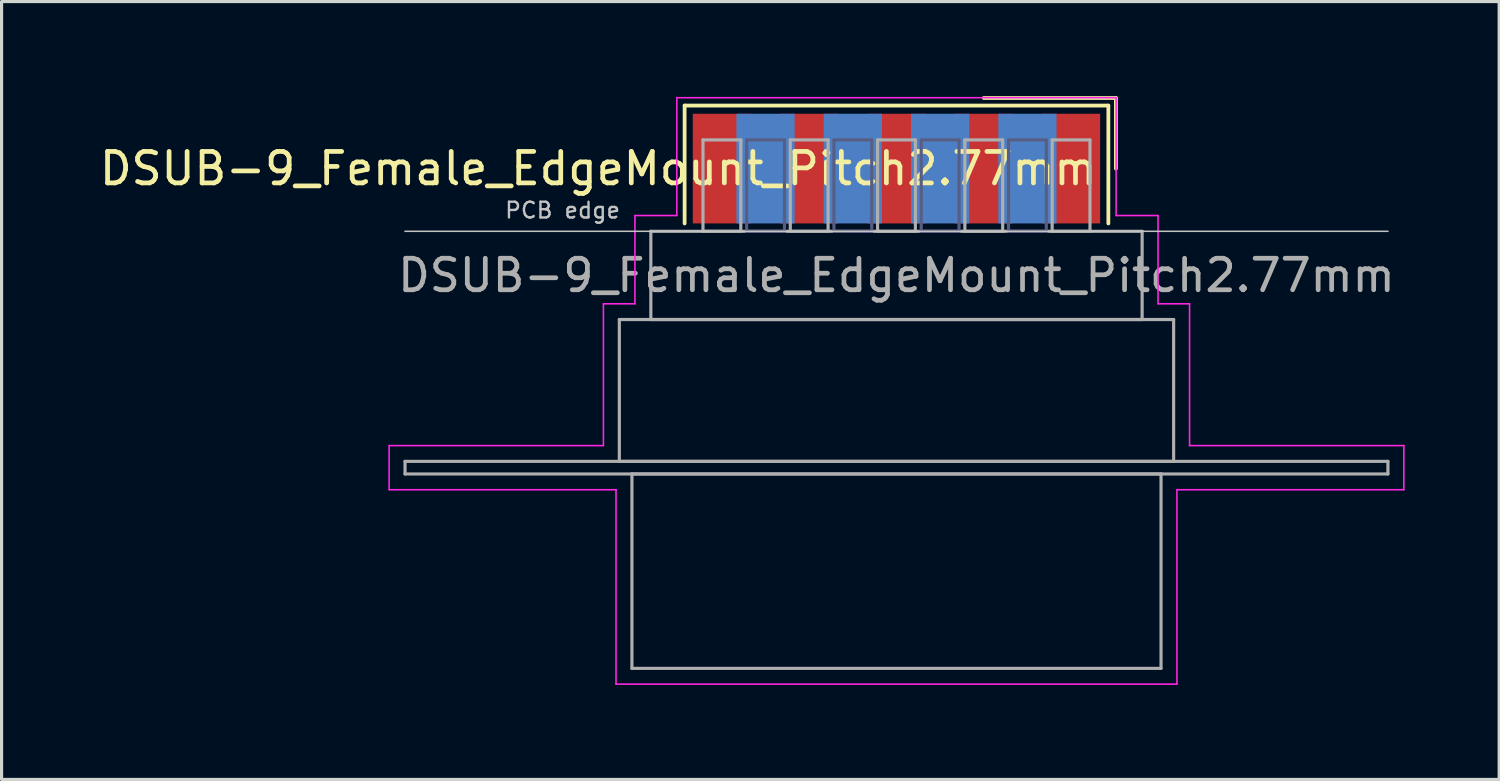
<source format=kicad_pcb>
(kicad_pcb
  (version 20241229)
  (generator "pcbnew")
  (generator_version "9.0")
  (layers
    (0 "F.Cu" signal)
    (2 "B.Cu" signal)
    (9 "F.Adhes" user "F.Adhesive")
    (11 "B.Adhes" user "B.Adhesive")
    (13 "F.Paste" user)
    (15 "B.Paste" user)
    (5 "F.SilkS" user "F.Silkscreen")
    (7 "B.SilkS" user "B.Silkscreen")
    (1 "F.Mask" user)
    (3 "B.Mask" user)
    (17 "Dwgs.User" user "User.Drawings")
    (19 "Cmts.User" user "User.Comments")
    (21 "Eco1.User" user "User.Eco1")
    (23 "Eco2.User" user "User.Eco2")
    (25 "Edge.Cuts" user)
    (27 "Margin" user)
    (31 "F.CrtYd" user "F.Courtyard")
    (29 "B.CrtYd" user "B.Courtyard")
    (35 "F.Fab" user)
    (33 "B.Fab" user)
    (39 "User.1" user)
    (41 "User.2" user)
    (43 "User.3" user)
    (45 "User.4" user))
  (footprint "DSUB-9_Female_EdgeMount_Pitch2.77mm"
    (layer "F.Cu")
    (at 25.398 2.3)
    (property "Reference" "DSUB-9_Female_EdgeMount_Pitch2.77mm" (at -9.463 0 0) (layer "F.SilkS") (effects (font (size 1 1) (thickness 0.15))))
    (attr smd)
    (fp_line (start -6.723 -2) (end -6.723 1.74) (stroke (width 0.12) (type solid)) (layer "F.SilkS"))
    (fp_line (start 6.723 -2) (end -6.723 -2) (stroke (width 0.12) (type solid)) (layer "F.SilkS"))
    (fp_line (start 6.723 1.74) (end 6.723 -2) (stroke (width 0.12) (type solid)) (layer "F.SilkS"))
    (fp_line (start 6.963 -2.24) (end 2.77 -2.24) (stroke (width 0.12) (type solid)) (layer "F.SilkS"))
    (fp_line (start 6.963 0) (end 6.963 -2.24) (stroke (width 0.12) (type solid)) (layer "F.SilkS"))
    (fp_line (start -15.595 1.99) (end 15.595 1.99) (stroke (width 0.05) (type solid)) (layer "Dwgs.User"))
    (fp_line (start -16.1 8.79) (end -9.3 8.79) (stroke (width 0.05) (type solid)) (layer "F.CrtYd"))
    (fp_line (start -16.1 10.19) (end -16.1 8.79) (stroke (width 0.05) (type solid)) (layer "F.CrtYd"))
    (fp_line (start -9.3 4.29) (end -8.3 4.29) (stroke (width 0.05) (type solid)) (layer "F.CrtYd"))
    (fp_line (start -9.3 8.79) (end -9.3 4.29) (stroke (width 0.05) (type solid)) (layer "F.CrtYd"))
    (fp_line (start -8.9 10.19) (end -16.1 10.19) (stroke (width 0.05) (type solid)) (layer "F.CrtYd"))
    (fp_line (start -8.9 16.36) (end -8.9 10.19) (stroke (width 0.05) (type solid)) (layer "F.CrtYd"))
    (fp_line (start -8.3 1.49) (end -6.97 1.49) (stroke (width 0.05) (type solid)) (layer "F.CrtYd"))
    (fp_line (start -8.3 4.29) (end -8.3 1.49) (stroke (width 0.05) (type solid)) (layer "F.CrtYd"))
    (fp_line (start -6.97 -2.25) (end 6.97 -2.25) (stroke (width 0.05) (type solid)) (layer "F.CrtYd"))
    (fp_line (start -6.97 1.49) (end -6.97 -2.25) (stroke (width 0.05) (type solid)) (layer "F.CrtYd"))
    (fp_line (start 6.97 -2.25) (end 6.97 1.49) (stroke (width 0.05) (type solid)) (layer "F.CrtYd"))
    (fp_line (start 6.97 1.49) (end 8.3 1.49) (stroke (width 0.05) (type solid)) (layer "F.CrtYd"))
    (fp_line (start 8.3 1.49) (end 8.3 4.29) (stroke (width 0.05) (type solid)) (layer "F.CrtYd"))
    (fp_line (start 8.3 4.29) (end 9.3 4.29) (stroke (width 0.05) (type solid)) (layer "F.CrtYd"))
    (fp_line (start 8.9 10.19) (end 8.9 16.36) (stroke (width 0.05) (type solid)) (layer "F.CrtYd"))
    (fp_line (start 8.9 16.36) (end -8.9 16.36) (stroke (width 0.05) (type solid)) (layer "F.CrtYd"))
    (fp_line (start 9.3 4.29) (end 9.3 8.79) (stroke (width 0.05) (type solid)) (layer "F.CrtYd"))
    (fp_line (start 9.3 8.79) (end 16.1 8.79) (stroke (width 0.05) (type solid)) (layer "F.CrtYd"))
    (fp_line (start 16.1 8.79) (end 16.1 10.19) (stroke (width 0.05) (type solid)) (layer "F.CrtYd"))
    (fp_line (start 16.1 10.19) (end 8.9 10.19) (stroke (width 0.05) (type solid)) (layer "F.CrtYd"))
    (fp_line (start -4.755 -0.91) (end -4.755 1.99) (stroke (width 0.1) (type solid)) (layer "B.Fab"))
    (fp_line (start -4.755 1.99) (end -3.555 1.99) (stroke (width 0.1) (type solid)) (layer "B.Fab"))
    (fp_line (start -3.555 -0.91) (end -4.755 -0.91) (stroke (width 0.1) (type solid)) (layer "B.Fab"))
    (fp_line (start -3.555 1.99) (end -3.555 -0.91) (stroke (width 0.1) (type solid)) (layer "B.Fab"))
    (fp_line (start -1.985 -0.91) (end -1.985 1.99) (stroke (width 0.1) (type solid)) (layer "B.Fab"))
    (fp_line (start -1.985 1.99) (end -0.785 1.99) (stroke (width 0.1) (type solid)) (layer "B.Fab"))
    (fp_line (start -0.785 -0.91) (end -1.985 -0.91) (stroke (width 0.1) (type solid)) (layer "B.Fab"))
    (fp_line (start -0.785 1.99) (end -0.785 -0.91) (stroke (width 0.1) (type solid)) (layer "B.Fab"))
    (fp_line (start 0.785 -0.91) (end 0.785 1.99) (stroke (width 0.1) (type solid)) (layer "B.Fab"))
    (fp_line (start 0.785 1.99) (end 1.985 1.99) (stroke (width 0.1) (type solid)) (layer "B.Fab"))
    (fp_line (start 1.985 -0.91) (end 0.785 -0.91) (stroke (width 0.1) (type solid)) (layer "B.Fab"))
    (fp_line (start 1.985 1.99) (end 1.985 -0.91) (stroke (width 0.1) (type solid)) (layer "B.Fab"))
    (fp_line (start 3.555 -0.91) (end 3.555 1.99) (stroke (width 0.1) (type solid)) (layer "B.Fab"))
    (fp_line (start 3.555 1.99) (end 4.755 1.99) (stroke (width 0.1) (type solid)) (layer "B.Fab"))
    (fp_line (start 4.755 -0.91) (end 3.555 -0.91) (stroke (width 0.1) (type solid)) (layer "B.Fab"))
    (fp_line (start 4.755 1.99) (end 4.755 -0.91) (stroke (width 0.1) (type solid)) (layer "B.Fab"))
    (fp_line (start -15.595 9.29) (end -15.595 9.69) (stroke (width 0.1) (type solid)) (layer "F.Fab"))
    (fp_line (start -15.595 9.69) (end 15.595 9.69) (stroke (width 0.1) (type solid)) (layer "F.Fab"))
    (fp_line (start -8.795 4.79) (end -8.795 9.29) (stroke (width 0.1) (type solid)) (layer "F.Fab"))
    (fp_line (start -8.795 9.29) (end 8.795 9.29) (stroke (width 0.1) (type solid)) (layer "F.Fab"))
    (fp_line (start -8.395 9.69) (end -8.395 15.86) (stroke (width 0.1) (type solid)) (layer "F.Fab"))
    (fp_line (start -8.395 15.86) (end 8.395 15.86) (stroke (width 0.1) (type solid)) (layer "F.Fab"))
    (fp_line (start -7.795 1.99) (end -7.795 4.79) (stroke (width 0.1) (type solid)) (layer "F.Fab"))
    (fp_line (start -7.795 4.79) (end 7.795 4.79) (stroke (width 0.1) (type solid)) (layer "F.Fab"))
    (fp_line (start -6.14 -0.91) (end -6.14 1.99) (stroke (width 0.1) (type solid)) (layer "F.Fab"))
    (fp_line (start -6.14 1.99) (end -4.94 1.99) (stroke (width 0.1) (type solid)) (layer "F.Fab"))
    (fp_line (start -4.94 -0.91) (end -6.14 -0.91) (stroke (width 0.1) (type solid)) (layer "F.Fab"))
    (fp_line (start -4.94 1.99) (end -4.94 -0.91) (stroke (width 0.1) (type solid)) (layer "F.Fab"))
    (fp_line (start -3.37 -0.91) (end -3.37 1.99) (stroke (width 0.1) (type solid)) (layer "F.Fab"))
    (fp_line (start -3.37 1.99) (end -2.17 1.99) (stroke (width 0.1) (type solid)) (layer "F.Fab"))
    (fp_line (start -2.17 -0.91) (end -3.37 -0.91) (stroke (width 0.1) (type solid)) (layer "F.Fab"))
    (fp_line (start -2.17 1.99) (end -2.17 -0.91) (stroke (width 0.1) (type solid)) (layer "F.Fab"))
    (fp_line (start -0.6 -0.91) (end -0.6 1.99) (stroke (width 0.1) (type solid)) (layer "F.Fab"))
    (fp_line (start -0.6 1.99) (end 0.6 1.99) (stroke (width 0.1) (type solid)) (layer "F.Fab"))
    (fp_line (start 0.6 -0.91) (end -0.6 -0.91) (stroke (width 0.1) (type solid)) (layer "F.Fab"))
    (fp_line (start 0.6 1.99) (end 0.6 -0.91) (stroke (width 0.1) (type solid)) (layer "F.Fab"))
    (fp_line (start 2.17 -0.91) (end 2.17 1.99) (stroke (width 0.1) (type solid)) (layer "F.Fab"))
    (fp_line (start 2.17 1.99) (end 3.37 1.99) (stroke (width 0.1) (type solid)) (layer "F.Fab"))
    (fp_line (start 3.37 -0.91) (end 2.17 -0.91) (stroke (width 0.1) (type solid)) (layer "F.Fab"))
    (fp_line (start 3.37 1.99) (end 3.37 -0.91) (stroke (width 0.1) (type solid)) (layer "F.Fab"))
    (fp_line (start 4.94 -0.91) (end 4.94 1.99) (stroke (width 0.1) (type solid)) (layer "F.Fab"))
    (fp_line (start 4.94 1.99) (end 6.14 1.99) (stroke (width 0.1) (type solid)) (layer "F.Fab"))
    (fp_line (start 6.14 -0.91) (end 4.94 -0.91) (stroke (width 0.1) (type solid)) (layer "F.Fab"))
    (fp_line (start 6.14 1.99) (end 6.14 -0.91) (stroke (width 0.1) (type solid)) (layer "F.Fab"))
    (fp_line (start 7.795 1.99) (end -7.795 1.99) (stroke (width 0.1) (type solid)) (layer "F.Fab"))
    (fp_line (start 7.795 4.79) (end 7.795 1.99) (stroke (width 0.1) (type solid)) (layer "F.Fab"))
    (fp_line (start 8.395 9.69) (end -8.395 9.69) (stroke (width 0.1) (type solid)) (layer "F.Fab"))
    (fp_line (start 8.395 15.86) (end 8.395 9.69) (stroke (width 0.1) (type solid)) (layer "F.Fab"))
    (fp_line (start 8.795 4.79) (end -8.795 4.79) (stroke (width 0.1) (type solid)) (layer "F.Fab"))
    (fp_line (start 8.795 9.29) (end 8.795 4.79) (stroke (width 0.1) (type solid)) (layer "F.Fab"))
    (fp_line (start 15.595 9.29) (end -15.595 9.29) (stroke (width 0.1) (type solid)) (layer "F.Fab"))
    (fp_line (start 15.595 9.69) (end 15.595 9.29) (stroke (width 0.1) (type solid)) (layer "F.Fab"))
    (fp_text user "PCB edge" (at -10.595 1.323 0) (layer "Dwgs.User") (effects (font (size 0.5 0.5) (thickness 0.075))))
    (fp_text user "${REFERENCE}" (at 0 3.39 0) (layer "F.Fab") (effects (font (size 1 1) (thickness 0.15))))
    (pad "1" smd rect (at 5.54 0) (size 1.847 3.48) (layers "F.Cu" "F.Mask" "F.Paste"))
    (pad "2" smd rect (at 2.77 0) (size 1.847 3.48) (layers "F.Cu" "F.Mask" "F.Paste"))
    (pad "3" smd rect (at 0 0) (size 1.847 3.48) (layers "F.Cu" "F.Mask" "F.Paste"))
    (pad "4" smd rect (at -2.77 0) (size 1.847 3.48) (layers "F.Cu" "F.Mask" "F.Paste"))
    (pad "5" smd rect (at -5.54 0) (size 1.847 3.48) (layers "F.Cu" "F.Mask" "F.Paste"))
    (pad "6" smd rect (at 4.155 0) (size 1.847 3.48) (layers "B.Cu" "B.Mask" "B.Paste"))
    (pad "7" smd rect (at 1.385 0) (size 1.847 3.48) (layers "B.Cu" "B.Mask" "B.Paste"))
    (pad "8" smd rect (at -1.385 0) (size 1.847 3.48) (layers "B.Cu" "B.Mask" "B.Paste"))
    (pad "9" smd rect (at -4.155 0) (size 1.847 3.48) (layers "B.Cu" "B.Mask" "B.Paste")))
  (gr_rect
    (start -3 -3)
    (end 44.523 21.685)
    (stroke (width 0.1) (type default))
    (fill no)
    (layer "Edge.Cuts")))
</source>
